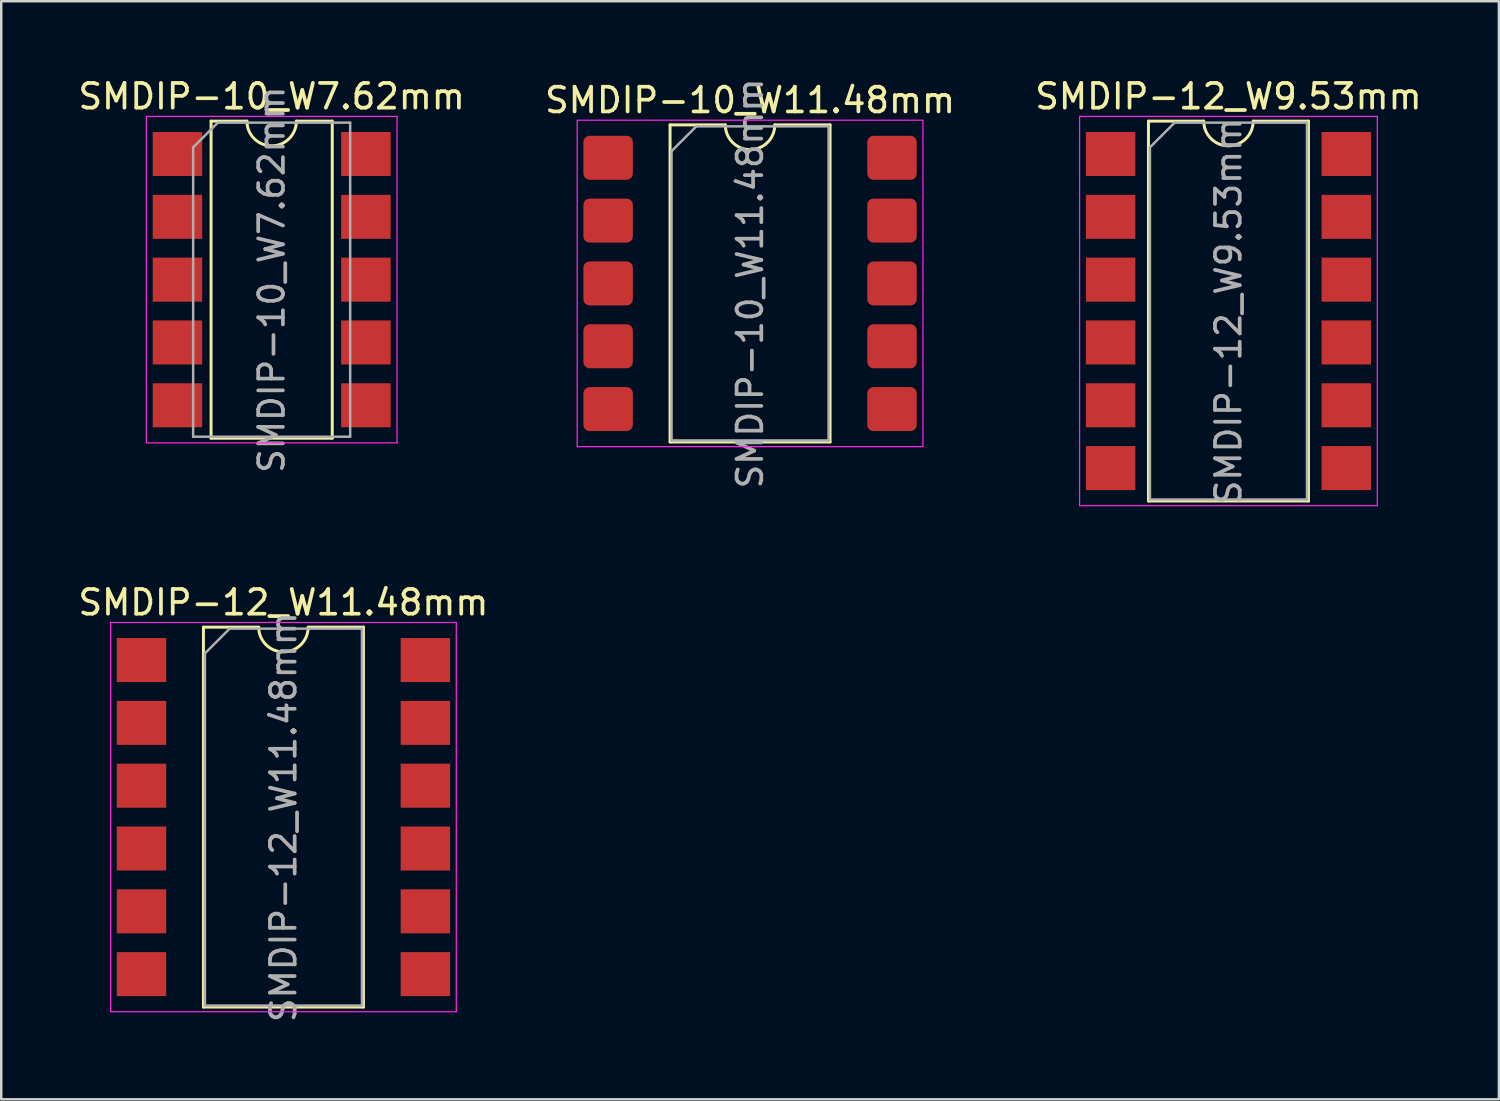
<source format=kicad_pcb>
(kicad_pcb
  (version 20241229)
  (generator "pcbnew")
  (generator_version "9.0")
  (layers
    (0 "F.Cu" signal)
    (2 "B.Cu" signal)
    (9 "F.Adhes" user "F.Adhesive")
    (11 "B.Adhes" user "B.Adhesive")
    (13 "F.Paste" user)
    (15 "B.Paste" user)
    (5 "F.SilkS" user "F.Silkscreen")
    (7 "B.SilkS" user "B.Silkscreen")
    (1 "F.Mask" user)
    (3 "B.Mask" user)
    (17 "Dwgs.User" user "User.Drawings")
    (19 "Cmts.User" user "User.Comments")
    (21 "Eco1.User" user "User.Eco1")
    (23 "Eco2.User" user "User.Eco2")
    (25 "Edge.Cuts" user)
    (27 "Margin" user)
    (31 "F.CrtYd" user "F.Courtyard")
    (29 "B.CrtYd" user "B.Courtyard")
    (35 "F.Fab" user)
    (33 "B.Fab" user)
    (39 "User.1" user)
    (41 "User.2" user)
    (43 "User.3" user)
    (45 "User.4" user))
  (footprint "SMDIP-12_W11.48mm"
    (layer "F.Cu")
    (at 8.411 29.991)
    (property "Reference" "SMDIP-12_W11.48mm" (at 0 -8.68 0) (layer "F.SilkS") (effects (font (size 1 1) (thickness 0.15))))
    (attr smd)
    (fp_line (start -3.235 -7.68) (end -3.235 7.68) (stroke (width 0.12) (type solid)) (layer "F.SilkS"))
    (fp_line (start -3.235 7.68) (end 3.235 7.68) (stroke (width 0.12) (type solid)) (layer "F.SilkS"))
    (fp_line (start -1 -7.68) (end -3.235 -7.68) (stroke (width 0.12) (type solid)) (layer "F.SilkS"))
    (fp_line (start 3.235 -7.68) (end 1 -7.68) (stroke (width 0.12) (type solid)) (layer "F.SilkS"))
    (fp_line (start 3.235 7.68) (end 3.235 -7.68) (stroke (width 0.12) (type solid)) (layer "F.SilkS"))
    (fp_arc (start 1 -7.68) (mid 0 -6.68) (end -1 -7.68) (stroke (width 0.12) (type solid)) (layer "F.SilkS"))
    (fp_line (start -6.99 -7.87) (end -6.99 7.87) (stroke (width 0.05) (type solid)) (layer "F.CrtYd"))
    (fp_line (start -6.99 7.87) (end 6.99 7.87) (stroke (width 0.05) (type solid)) (layer "F.CrtYd"))
    (fp_line (start 6.99 -7.87) (end -6.99 -7.87) (stroke (width 0.05) (type solid)) (layer "F.CrtYd"))
    (fp_line (start 6.99 7.87) (end 6.99 -7.87) (stroke (width 0.05) (type solid)) (layer "F.CrtYd"))
    (fp_line (start -3.175 -6.62) (end -2.175 -7.62) (stroke (width 0.1) (type solid)) (layer "F.Fab"))
    (fp_line (start -3.175 7.62) (end -3.175 -6.62) (stroke (width 0.1) (type solid)) (layer "F.Fab"))
    (fp_line (start -2.175 -7.62) (end 3.175 -7.62) (stroke (width 0.1) (type solid)) (layer "F.Fab"))
    (fp_line (start 3.175 -7.62) (end 3.175 7.62) (stroke (width 0.1) (type solid)) (layer "F.Fab"))
    (fp_line (start 3.175 7.62) (end -3.175 7.62) (stroke (width 0.1) (type solid)) (layer "F.Fab"))
    (fp_text user "${REFERENCE}" (at 0 0 90) (layer "F.Fab") (effects (font (size 1 1) (thickness 0.15))))
    (pad "1" smd rect (at -5.74 -6.35) (size 2 1.78) (layers "F.Cu" "F.Mask" "F.Paste"))
    (pad "2" smd rect (at -5.74 -3.81) (size 2 1.78) (layers "F.Cu" "F.Mask" "F.Paste"))
    (pad "3" smd rect (at -5.74 -1.27) (size 2 1.78) (layers "F.Cu" "F.Mask" "F.Paste"))
    (pad "4" smd rect (at -5.74 1.27) (size 2 1.78) (layers "F.Cu" "F.Mask" "F.Paste"))
    (pad "5" smd rect (at -5.74 3.81) (size 2 1.78) (layers "F.Cu" "F.Mask" "F.Paste"))
    (pad "6" smd rect (at -5.74 6.35) (size 2 1.78) (layers "F.Cu" "F.Mask" "F.Paste"))
    (pad "7" smd rect (at 5.74 6.35) (size 2 1.78) (layers "F.Cu" "F.Mask" "F.Paste"))
    (pad "8" smd rect (at 5.74 3.81) (size 2 1.78) (layers "F.Cu" "F.Mask" "F.Paste"))
    (pad "9" smd rect (at 5.74 1.27) (size 2 1.78) (layers "F.Cu" "F.Mask" "F.Paste"))
    (pad "10" smd rect (at 5.74 -1.27) (size 2 1.78) (layers "F.Cu" "F.Mask" "F.Paste"))
    (pad "11" smd rect (at 5.74 -3.81) (size 2 1.78) (layers "F.Cu" "F.Mask" "F.Paste"))
    (pad "12" smd rect (at 5.74 -6.35) (size 2 1.78) (layers "F.Cu" "F.Mask" "F.Paste")))
  (footprint "SMDIP-10_W11.48mm"
    (layer "F.Cu")
    (at 27.28 8.411)
    (property "Reference" "SMDIP-10_W11.48mm" (at 0 -7.41 0) (layer "F.SilkS") (effects (font (size 1 1) (thickness 0.15))))
    (attr smd)
    (fp_line (start -3.235 -6.41) (end -3.235 6.41) (stroke (width 0.12) (type solid)) (layer "F.SilkS"))
    (fp_line (start -3.235 6.41) (end 3.235 6.41) (stroke (width 0.12) (type solid)) (layer "F.SilkS"))
    (fp_line (start -1 -6.41) (end -3.235 -6.41) (stroke (width 0.12) (type solid)) (layer "F.SilkS"))
    (fp_line (start 3.235 -6.41) (end 1 -6.41) (stroke (width 0.12) (type solid)) (layer "F.SilkS"))
    (fp_line (start 3.235 6.41) (end 3.235 -6.41) (stroke (width 0.12) (type solid)) (layer "F.SilkS"))
    (fp_arc (start 1 -6.41) (mid 0 -5.41) (end -1 -6.41) (stroke (width 0.12) (type solid)) (layer "F.SilkS"))
    (fp_rect (start -6.99 -6.6) (end 6.99 6.6) (stroke (width 0.05) (type solid)) (fill no) (layer "F.CrtYd"))
    (fp_line (start -3.175 -5.35) (end -2.175 -6.35) (stroke (width 0.1) (type solid)) (layer "F.Fab"))
    (fp_line (start -3.175 6.35) (end -3.175 -5.35) (stroke (width 0.1) (type solid)) (layer "F.Fab"))
    (fp_line (start -2.175 -6.35) (end 3.175 -6.35) (stroke (width 0.1) (type solid)) (layer "F.Fab"))
    (fp_line (start 3.175 -6.35) (end 3.175 6.35) (stroke (width 0.1) (type solid)) (layer "F.Fab"))
    (fp_line (start 3.175 6.35) (end -3.175 6.35) (stroke (width 0.1) (type solid)) (layer "F.Fab"))
    (fp_text user "${REFERENCE}" (at 0 0 90) (layer "F.Fab") (effects (font (size 1 1) (thickness 0.15))))
    (pad "1" smd roundrect (at -5.74 -5.08) (size 2 1.78) (layers "F.Cu" "F.Mask" "F.Paste") (roundrect_rratio 0.14))
    (pad "2" smd roundrect (at -5.74 -2.54) (size 2 1.78) (layers "F.Cu" "F.Mask" "F.Paste") (roundrect_rratio 0.14))
    (pad "3" smd roundrect (at -5.74 0) (size 2 1.78) (layers "F.Cu" "F.Mask" "F.Paste") (roundrect_rratio 0.14))
    (pad "4" smd roundrect (at -5.74 2.54) (size 2 1.78) (layers "F.Cu" "F.Mask" "F.Paste") (roundrect_rratio 0.14))
    (pad "5" smd roundrect (at -5.74 5.08) (size 2 1.78) (layers "F.Cu" "F.Mask" "F.Paste") (roundrect_rratio 0.14))
    (pad "6" smd roundrect (at 5.74 5.08) (size 2 1.78) (layers "F.Cu" "F.Mask" "F.Paste") (roundrect_rratio 0.14))
    (pad "7" smd roundrect (at 5.74 2.54) (size 2 1.78) (layers "F.Cu" "F.Mask" "F.Paste") (roundrect_rratio 0.14))
    (pad "8" smd roundrect (at 5.74 0) (size 2 1.78) (layers "F.Cu" "F.Mask" "F.Paste") (roundrect_rratio 0.14))
    (pad "9" smd roundrect (at 5.74 -2.54) (size 2 1.78) (layers "F.Cu" "F.Mask" "F.Paste") (roundrect_rratio 0.14))
    (pad "10" smd roundrect (at 5.74 -5.08) (size 2 1.78) (layers "F.Cu" "F.Mask" "F.Paste") (roundrect_rratio 0.14)))
  (footprint "SMDIP-10_W7.62mm"
    (layer "F.Cu")
    (at 7.935 8.258)
    (property "Reference" "SMDIP-10_W7.62mm" (at 0 -7.41 0) (layer "F.SilkS") (effects (font (size 1 1) (thickness 0.15))))
    (attr smd)
    (fp_line (start -2.45 -6.41) (end -2.45 6.41) (stroke (width 0.12) (type solid)) (layer "F.SilkS"))
    (fp_line (start -2.45 6.41) (end 2.45 6.41) (stroke (width 0.12) (type solid)) (layer "F.SilkS"))
    (fp_line (start -1 -6.41) (end -2.45 -6.41) (stroke (width 0.12) (type solid)) (layer "F.SilkS"))
    (fp_line (start 2.45 -6.41) (end 1 -6.41) (stroke (width 0.12) (type solid)) (layer "F.SilkS"))
    (fp_line (start 2.45 6.41) (end 2.45 -6.41) (stroke (width 0.12) (type solid)) (layer "F.SilkS"))
    (fp_arc (start 1 -6.41) (mid 0 -5.41) (end -1 -6.41) (stroke (width 0.12) (type solid)) (layer "F.SilkS"))
    (fp_line (start -5.07 -6.6) (end -5.07 6.6) (stroke (width 0.05) (type solid)) (layer "F.CrtYd"))
    (fp_line (start -5.07 6.6) (end 5.07 6.6) (stroke (width 0.05) (type solid)) (layer "F.CrtYd"))
    (fp_line (start 5.07 -6.6) (end -5.07 -6.6) (stroke (width 0.05) (type solid)) (layer "F.CrtYd"))
    (fp_line (start 5.07 6.6) (end 5.07 -6.6) (stroke (width 0.05) (type solid)) (layer "F.CrtYd"))
    (fp_line (start -3.175 -5.35) (end -2.175 -6.35) (stroke (width 0.1) (type solid)) (layer "F.Fab"))
    (fp_line (start -3.175 6.35) (end -3.175 -5.35) (stroke (width 0.1) (type solid)) (layer "F.Fab"))
    (fp_line (start -2.175 -6.35) (end 3.175 -6.35) (stroke (width 0.1) (type solid)) (layer "F.Fab"))
    (fp_line (start 3.175 -6.35) (end 3.175 6.35) (stroke (width 0.1) (type solid)) (layer "F.Fab"))
    (fp_line (start 3.175 6.35) (end -3.175 6.35) (stroke (width 0.1) (type solid)) (layer "F.Fab"))
    (fp_text user "${REFERENCE}" (at 0 0 90) (layer "F.Fab") (effects (font (size 1 1) (thickness 0.15))))
    (pad "1" smd rect (at -3.81 -5.08) (size 2 1.78) (layers "F.Cu" "F.Mask" "F.Paste"))
    (pad "2" smd rect (at -3.81 -2.54) (size 2 1.78) (layers "F.Cu" "F.Mask" "F.Paste"))
    (pad "3" smd rect (at -3.81 0) (size 2 1.78) (layers "F.Cu" "F.Mask" "F.Paste"))
    (pad "4" smd rect (at -3.81 2.54) (size 2 1.78) (layers "F.Cu" "F.Mask" "F.Paste"))
    (pad "5" smd rect (at -3.81 5.08) (size 2 1.78) (layers "F.Cu" "F.Mask" "F.Paste"))
    (pad "6" smd rect (at 3.81 5.08) (size 2 1.78) (layers "F.Cu" "F.Mask" "F.Paste"))
    (pad "7" smd rect (at 3.81 2.54) (size 2 1.78) (layers "F.Cu" "F.Mask" "F.Paste"))
    (pad "8" smd rect (at 3.81 0) (size 2 1.78) (layers "F.Cu" "F.Mask" "F.Paste"))
    (pad "9" smd rect (at 3.81 -2.54) (size 2 1.78) (layers "F.Cu" "F.Mask" "F.Paste"))
    (pad "10" smd rect (at 3.81 -5.08) (size 2 1.78) (layers "F.Cu" "F.Mask" "F.Paste")))
  (footprint "SMDIP-12_W9.53mm"
    (layer "F.Cu")
    (at 46.625 9.528)
    (property "Reference" "SMDIP-12_W9.53mm" (at 0 -8.68 0) (layer "F.SilkS") (effects (font (size 1 1) (thickness 0.15))))
    (attr smd)
    (fp_line (start -3.235 -7.68) (end -3.235 7.68) (stroke (width 0.12) (type solid)) (layer "F.SilkS"))
    (fp_line (start -3.235 7.68) (end 3.235 7.68) (stroke (width 0.12) (type solid)) (layer "F.SilkS"))
    (fp_line (start -1 -7.68) (end -3.235 -7.68) (stroke (width 0.12) (type solid)) (layer "F.SilkS"))
    (fp_line (start 3.235 -7.68) (end 1 -7.68) (stroke (width 0.12) (type solid)) (layer "F.SilkS"))
    (fp_line (start 3.235 7.68) (end 3.235 -7.68) (stroke (width 0.12) (type solid)) (layer "F.SilkS"))
    (fp_arc (start 1 -7.68) (mid 0 -6.68) (end -1 -7.68) (stroke (width 0.12) (type solid)) (layer "F.SilkS"))
    (fp_line (start -6.02 -7.87) (end -6.02 7.87) (stroke (width 0.05) (type solid)) (layer "F.CrtYd"))
    (fp_line (start -6.02 7.87) (end 6.02 7.87) (stroke (width 0.05) (type solid)) (layer "F.CrtYd"))
    (fp_line (start 6.02 -7.87) (end -6.02 -7.87) (stroke (width 0.05) (type solid)) (layer "F.CrtYd"))
    (fp_line (start 6.02 7.87) (end 6.02 -7.87) (stroke (width 0.05) (type solid)) (layer "F.CrtYd"))
    (fp_line (start -3.175 -6.62) (end -2.175 -7.62) (stroke (width 0.1) (type solid)) (layer "F.Fab"))
    (fp_line (start -3.175 7.62) (end -3.175 -6.62) (stroke (width 0.1) (type solid)) (layer "F.Fab"))
    (fp_line (start -2.175 -7.62) (end 3.175 -7.62) (stroke (width 0.1) (type solid)) (layer "F.Fab"))
    (fp_line (start 3.175 -7.62) (end 3.175 7.62) (stroke (width 0.1) (type solid)) (layer "F.Fab"))
    (fp_line (start 3.175 7.62) (end -3.175 7.62) (stroke (width 0.1) (type solid)) (layer "F.Fab"))
    (fp_text user "${REFERENCE}" (at 0 0 90) (layer "F.Fab") (effects (font (size 1 1) (thickness 0.15))))
    (pad "1" smd rect (at -4.765 -6.35) (size 2 1.78) (layers "F.Cu" "F.Mask" "F.Paste"))
    (pad "2" smd rect (at -4.765 -3.81) (size 2 1.78) (layers "F.Cu" "F.Mask" "F.Paste"))
    (pad "3" smd rect (at -4.765 -1.27) (size 2 1.78) (layers "F.Cu" "F.Mask" "F.Paste"))
    (pad "4" smd rect (at -4.765 1.27) (size 2 1.78) (layers "F.Cu" "F.Mask" "F.Paste"))
    (pad "5" smd rect (at -4.765 3.81) (size 2 1.78) (layers "F.Cu" "F.Mask" "F.Paste"))
    (pad "6" smd rect (at -4.765 6.35) (size 2 1.78) (layers "F.Cu" "F.Mask" "F.Paste"))
    (pad "7" smd rect (at 4.765 6.35) (size 2 1.78) (layers "F.Cu" "F.Mask" "F.Paste"))
    (pad "8" smd rect (at 4.765 3.81) (size 2 1.78) (layers "F.Cu" "F.Mask" "F.Paste"))
    (pad "9" smd rect (at 4.765 1.27) (size 2 1.78) (layers "F.Cu" "F.Mask" "F.Paste"))
    (pad "10" smd rect (at 4.765 -1.27) (size 2 1.78) (layers "F.Cu" "F.Mask" "F.Paste"))
    (pad "11" smd rect (at 4.765 -3.81) (size 2 1.78) (layers "F.Cu" "F.Mask" "F.Paste"))
    (pad "12" smd rect (at 4.765 -6.35) (size 2 1.78) (layers "F.Cu" "F.Mask" "F.Paste")))
  (gr_rect
    (start -3 -3)
    (end 57.56 41.402)
    (stroke (width 0.1) (type default))
    (fill no)
    (layer "Edge.Cuts")))
</source>
